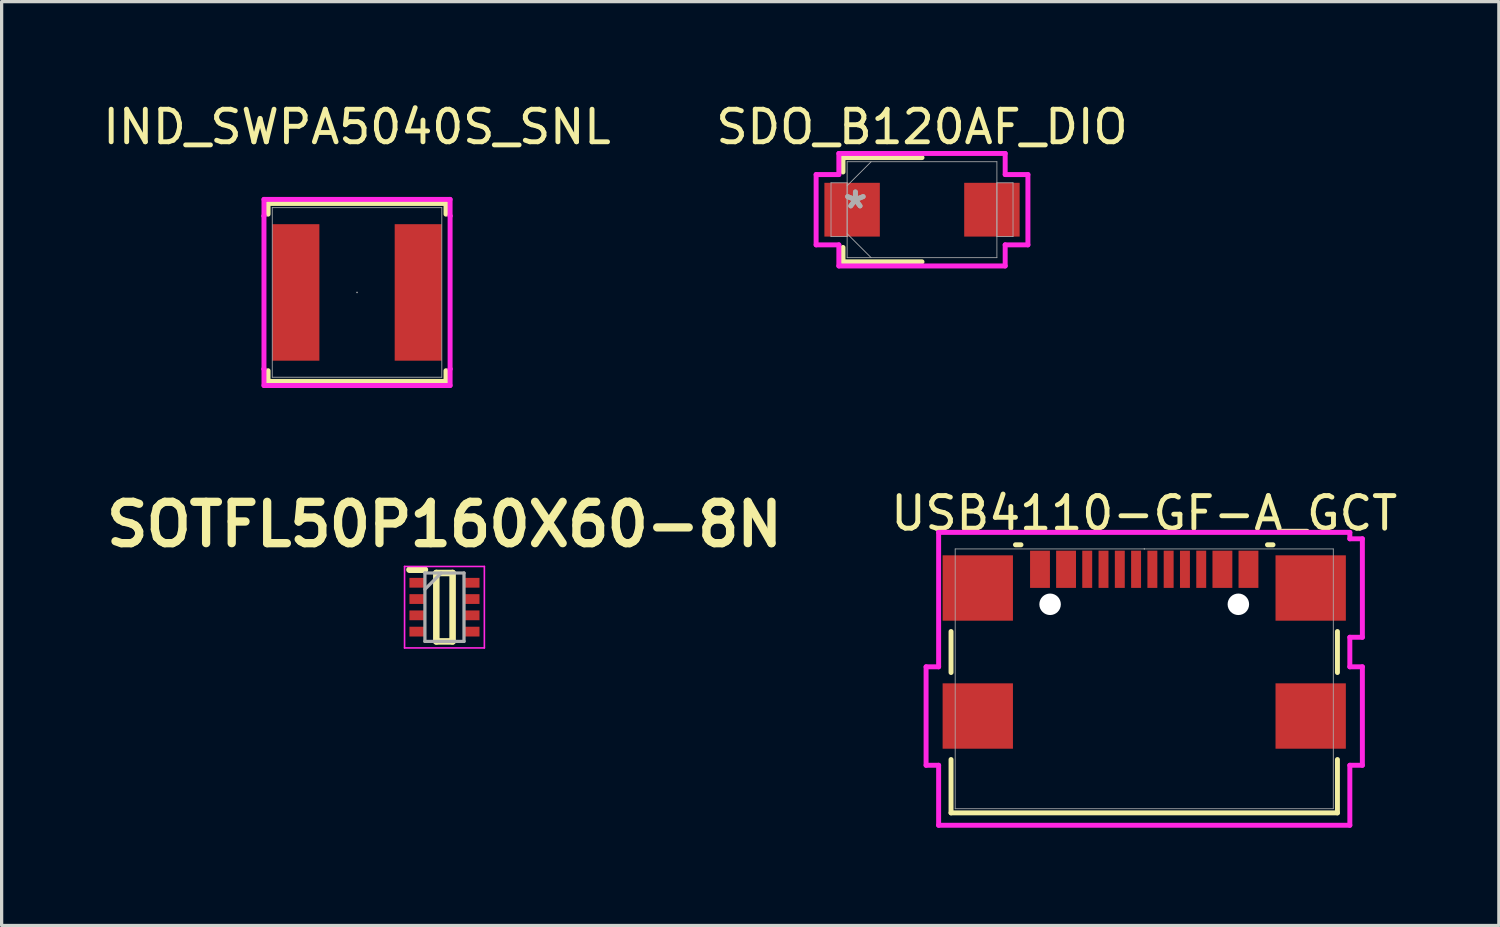
<source format=kicad_pcb>
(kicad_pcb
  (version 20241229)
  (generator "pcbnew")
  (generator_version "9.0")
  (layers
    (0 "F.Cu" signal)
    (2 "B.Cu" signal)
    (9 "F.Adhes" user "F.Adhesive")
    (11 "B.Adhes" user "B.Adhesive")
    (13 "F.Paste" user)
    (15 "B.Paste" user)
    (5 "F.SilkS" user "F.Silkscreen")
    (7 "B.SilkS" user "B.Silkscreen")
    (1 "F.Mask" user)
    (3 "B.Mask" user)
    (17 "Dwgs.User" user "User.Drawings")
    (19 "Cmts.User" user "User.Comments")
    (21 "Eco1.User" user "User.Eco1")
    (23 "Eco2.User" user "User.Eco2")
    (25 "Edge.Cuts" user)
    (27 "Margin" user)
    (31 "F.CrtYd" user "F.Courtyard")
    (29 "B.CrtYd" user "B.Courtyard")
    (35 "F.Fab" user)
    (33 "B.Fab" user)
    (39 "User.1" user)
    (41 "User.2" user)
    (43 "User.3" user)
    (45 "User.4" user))
  (footprint "USB4110-GF-A_GCT"
    (layer "F.Cu")
    (at 32.078 17.79)
    (property "Reference" "USB4110-GF-A_GCT" (at 0 -5.08 0) (unlocked yes) (layer "F.SilkS") (effects (font (size 1 1) (thickness 0.15))))
    (attr smd)
    (fp_line (start -5.931 -1.452) (end -5.931 -0.194) (stroke (width 0.152) (type solid)) (layer "F.SilkS"))
    (fp_line (start -5.931 2.478) (end -5.931 4.115) (stroke (width 0.152) (type solid)) (layer "F.SilkS"))
    (fp_line (start -5.931 4.115) (end 5.931 4.115) (stroke (width 0.152) (type solid)) (layer "F.SilkS"))
    (fp_line (start -3.784 -4.115) (end -3.953 -4.115) (stroke (width 0.152) (type solid)) (layer "F.SilkS"))
    (fp_line (start 3.953 -4.115) (end 3.784 -4.115) (stroke (width 0.152) (type solid)) (layer "F.SilkS"))
    (fp_line (start 5.931 -0.194) (end 5.931 -1.452) (stroke (width 0.152) (type solid)) (layer "F.SilkS"))
    (fp_line (start 5.931 4.115) (end 5.931 2.478) (stroke (width 0.152) (type solid)) (layer "F.SilkS"))
    (fp_line (start -6.697 -0.369) (end -6.697 2.654) (stroke (width 0.152) (type solid)) (layer "F.CrtYd"))
    (fp_line (start -6.697 2.654) (end -6.312 2.654) (stroke (width 0.152) (type solid)) (layer "F.CrtYd"))
    (fp_line (start -6.312 -4.496) (end -6.312 -0.369) (stroke (width 0.152) (type solid)) (layer "F.CrtYd"))
    (fp_line (start -6.312 -0.369) (end -6.697 -0.369) (stroke (width 0.152) (type solid)) (layer "F.CrtYd"))
    (fp_line (start -6.312 2.654) (end -6.312 4.496) (stroke (width 0.152) (type solid)) (layer "F.CrtYd"))
    (fp_line (start -6.312 4.496) (end 6.312 4.496) (stroke (width 0.152) (type solid)) (layer "F.CrtYd"))
    (fp_line (start 6.312 -4.496) (end -6.312 -4.496) (stroke (width 0.152) (type solid)) (layer "F.CrtYd"))
    (fp_line (start 6.312 -4.299) (end 6.312 -4.496) (stroke (width 0.152) (type solid)) (layer "F.CrtYd"))
    (fp_line (start 6.312 -1.276) (end 6.697 -1.276) (stroke (width 0.152) (type solid)) (layer "F.CrtYd"))
    (fp_line (start 6.312 -0.369) (end 6.312 -1.276) (stroke (width 0.152) (type solid)) (layer "F.CrtYd"))
    (fp_line (start 6.312 2.654) (end 6.697 2.654) (stroke (width 0.152) (type solid)) (layer "F.CrtYd"))
    (fp_line (start 6.312 4.496) (end 6.312 2.654) (stroke (width 0.152) (type solid)) (layer "F.CrtYd"))
    (fp_line (start 6.697 -4.299) (end 6.312 -4.299) (stroke (width 0.152) (type solid)) (layer "F.CrtYd"))
    (fp_line (start 6.697 -1.276) (end 6.697 -4.299) (stroke (width 0.152) (type solid)) (layer "F.CrtYd"))
    (fp_line (start 6.697 -0.369) (end 6.312 -0.369) (stroke (width 0.152) (type solid)) (layer "F.CrtYd"))
    (fp_line (start 6.697 2.654) (end 6.697 -0.369) (stroke (width 0.152) (type solid)) (layer "F.CrtYd"))
    (fp_line (start -5.804 -3.988) (end -5.804 3.988) (stroke (width 0.025) (type solid)) (layer "F.Fab"))
    (fp_line (start -5.804 3.988) (end 5.804 3.988) (stroke (width 0.025) (type solid)) (layer "F.Fab"))
    (fp_line (start 0 -3.988) (end 0 -3.988) (stroke (width 0.025) (type solid)) (layer "F.Fab"))
    (fp_line (start 0 -3.988) (end 0 -3.988) (stroke (width 0.025) (type solid)) (layer "F.Fab"))
    (fp_line (start 0 -3.988) (end 0 -3.988) (stroke (width 0.025) (type solid)) (layer "F.Fab"))
    (fp_line (start 0 -3.988) (end 0 -3.988) (stroke (width 0.025) (type solid)) (layer "F.Fab"))
    (fp_line (start 5.804 -3.988) (end -5.804 -3.988) (stroke (width 0.025) (type solid)) (layer "F.Fab"))
    (fp_line (start 5.804 3.988) (end 5.804 -3.988) (stroke (width 0.025) (type solid)) (layer "F.Fab"))
    (pad "" np_thru_hole circle (at -2.89 -2.288) (size 0.66 0.66) (drill 0.66) (layers "*.Cu" "*.Mask"))
    (pad "" np_thru_hole circle (at 2.89 -2.288) (size 0.66 0.66) (drill 0.66) (layers "*.Cu" "*.Mask"))
    (pad "15" smd rect (at -5.11 -2.788) (size 2.159 2.007) (layers "F.Cu" "F.Mask" "F.Paste"))
    (pad "16" smd rect (at 5.11 -2.788) (size 2.159 2.007) (layers "F.Cu" "F.Mask" "F.Paste"))
    (pad "17" smd rect (at -5.11 1.142) (size 2.159 2.007) (layers "F.Cu" "F.Mask" "F.Paste"))
    (pad "18" smd rect (at 5.11 1.142) (size 2.159 2.007) (layers "F.Cu" "F.Mask" "F.Paste"))
    (pad "A1-B12" smd rect (at -3.2 -3.363) (size 0.61 1.143) (layers "F.Cu" "F.Mask" "F.Paste"))
    (pad "A4-B9" smd rect (at -2.4 -3.363) (size 0.61 1.143) (layers "F.Cu" "F.Mask" "F.Paste"))
    (pad "A5" smd rect (at -1.25 -3.363) (size 0.305 1.143) (layers "F.Cu" "F.Mask" "F.Paste"))
    (pad "A6" smd rect (at -0.25 -3.363) (size 0.305 1.143) (layers "F.Cu" "F.Mask" "F.Paste"))
    (pad "A7" smd rect (at 0.25 -3.363) (size 0.305 1.143) (layers "F.Cu" "F.Mask" "F.Paste"))
    (pad "A8" smd rect (at 1.25 -3.363) (size 0.305 1.143) (layers "F.Cu" "F.Mask" "F.Paste"))
    (pad "A9-B4" smd rect (at 2.4 -3.363) (size 0.61 1.143) (layers "F.Cu" "F.Mask" "F.Paste"))
    (pad "A12-B1" smd rect (at 3.2 -3.363) (size 0.61 1.143) (layers "F.Cu" "F.Mask" "F.Paste"))
    (pad "B5" smd rect (at 1.75 -3.363) (size 0.305 1.143) (layers "F.Cu" "F.Mask" "F.Paste"))
    (pad "B6" smd rect (at 0.75 -3.363) (size 0.305 1.143) (layers "F.Cu" "F.Mask" "F.Paste"))
    (pad "B7" smd rect (at -0.75 -3.363) (size 0.305 1.143) (layers "F.Cu" "F.Mask" "F.Paste"))
    (pad "B8" smd rect (at -1.75 -3.363) (size 0.305 1.143) (layers "F.Cu" "F.Mask" "F.Paste")))
  (footprint "SDO_B120AF_DIO"
    (layer "F.Cu")
    (at 25.256 3.388)
    (property "Reference" "SDO_B120AF_DIO" (at 0 -2.54 0) (unlocked yes) (layer "F.SilkS") (effects (font (size 1 1) (thickness 0.15))))
    (attr smd)
    (fp_line (start -2.426 -1.6) (end -2.426 -1.158) (stroke (width 0.152) (type solid)) (layer "F.SilkS"))
    (fp_line (start -2.426 1.158) (end -2.426 1.6) (stroke (width 0.152) (type solid)) (layer "F.SilkS"))
    (fp_line (start -2.426 1.6) (end 0 1.6) (stroke (width 0.152) (type solid)) (layer "F.SilkS"))
    (fp_line (start 0 -1.6) (end -2.426 -1.6) (stroke (width 0.152) (type solid)) (layer "F.SilkS"))
    (fp_line (start -3.251 -1.079) (end -2.553 -1.079) (stroke (width 0.152) (type solid)) (layer "F.CrtYd"))
    (fp_line (start -3.251 1.079) (end -3.251 -1.079) (stroke (width 0.152) (type solid)) (layer "F.CrtYd"))
    (fp_line (start -2.553 -1.727) (end 2.553 -1.727) (stroke (width 0.152) (type solid)) (layer "F.CrtYd"))
    (fp_line (start -2.553 -1.079) (end -2.553 -1.727) (stroke (width 0.152) (type solid)) (layer "F.CrtYd"))
    (fp_line (start -2.553 1.079) (end -3.251 1.079) (stroke (width 0.152) (type solid)) (layer "F.CrtYd"))
    (fp_line (start -2.553 1.727) (end -2.553 1.079) (stroke (width 0.152) (type solid)) (layer "F.CrtYd"))
    (fp_line (start 2.553 -1.727) (end 2.553 -1.079) (stroke (width 0.152) (type solid)) (layer "F.CrtYd"))
    (fp_line (start 2.553 -1.079) (end 3.251 -1.079) (stroke (width 0.152) (type solid)) (layer "F.CrtYd"))
    (fp_line (start 2.553 1.079) (end 2.553 1.727) (stroke (width 0.152) (type solid)) (layer "F.CrtYd"))
    (fp_line (start 2.553 1.727) (end -2.553 1.727) (stroke (width 0.152) (type solid)) (layer "F.CrtYd"))
    (fp_line (start 3.251 -1.079) (end 3.251 1.079) (stroke (width 0.152) (type solid)) (layer "F.CrtYd"))
    (fp_line (start 3.251 1.079) (end 2.553 1.079) (stroke (width 0.152) (type solid)) (layer "F.CrtYd"))
    (fp_line (start -2.794 -0.826) (end -2.794 0.826) (stroke (width 0.025) (type solid)) (layer "F.Fab"))
    (fp_line (start -2.794 0.826) (end -2.299 0.826) (stroke (width 0.025) (type solid)) (layer "F.Fab"))
    (fp_line (start -2.299 -1.473) (end -2.299 1.473) (stroke (width 0.025) (type solid)) (layer "F.Fab"))
    (fp_line (start -2.299 -0.826) (end -2.794 -0.826) (stroke (width 0.025) (type solid)) (layer "F.Fab"))
    (fp_line (start -2.299 -0.737) (end -1.562 -1.473) (stroke (width 0.025) (type solid)) (layer "F.Fab"))
    (fp_line (start -2.299 0.737) (end -1.562 1.473) (stroke (width 0.025) (type solid)) (layer "F.Fab"))
    (fp_line (start -2.299 0.826) (end -2.299 -0.826) (stroke (width 0.025) (type solid)) (layer "F.Fab"))
    (fp_line (start -2.299 1.473) (end 2.299 1.473) (stroke (width 0.025) (type solid)) (layer "F.Fab"))
    (fp_line (start 2.299 -1.473) (end -2.299 -1.473) (stroke (width 0.025) (type solid)) (layer "F.Fab"))
    (fp_line (start 2.299 -0.826) (end 2.299 0.826) (stroke (width 0.025) (type solid)) (layer "F.Fab"))
    (fp_line (start 2.299 0.826) (end 2.794 0.826) (stroke (width 0.025) (type solid)) (layer "F.Fab"))
    (fp_line (start 2.299 1.473) (end 2.299 -1.473) (stroke (width 0.025) (type solid)) (layer "F.Fab"))
    (fp_line (start 2.794 -0.826) (end 2.299 -0.826) (stroke (width 0.025) (type solid)) (layer "F.Fab"))
    (fp_line (start 2.794 0.826) (end 2.794 -0.826) (stroke (width 0.025) (type solid)) (layer "F.Fab"))
    (fp_text user "*" (at -2.045 0 0) (layer "F.Fab") (effects (font (size 1 1) (thickness 0.15))))
    (fp_text user "*" (at -2.045 0 0) (unlocked yes) (layer "F.Fab") (effects (font (size 1 1) (thickness 0.15))))
    (pad "1" smd rect (at -2.146 0) (size 1.702 1.651) (layers "F.Cu" "F.Mask" "F.Paste"))
    (pad "2" smd rect (at 2.146 0) (size 1.702 1.651) (layers "F.Cu" "F.Mask" "F.Paste"))
    (zone (net_name "") (layer "F.Cu") (hatch full 0.508) (connect_pads) (min_thickness 0.254) (filled_areas_thickness no) (keepout (tracks not_allowed) (vias not_allowed) (pads allowed) (copperpour not_allowed) (footprints allowed)) (placement (enabled no)) (fill) (polygon (pts (xy 24.011 1.966) (xy 26.501 1.966) (xy 26.501 4.811) (xy 24.011 4.811)))))
  (footprint "IND_SWPA5040S_SNL"
    (layer "F.Cu")
    (at 7.911 5.928)
    (property "Reference" "IND_SWPA5040S_SNL" (at 0 -5.08 0) (unlocked yes) (layer "F.SilkS") (effects (font (size 1 1) (thickness 0.15))))
    (attr smd)
    (fp_line (start -2.731 -2.731) (end -2.731 -2.403) (stroke (width 0.152) (type solid)) (layer "F.SilkS"))
    (fp_line (start -2.731 2.403) (end -2.731 2.731) (stroke (width 0.152) (type solid)) (layer "F.SilkS"))
    (fp_line (start -2.731 2.731) (end 2.731 2.731) (stroke (width 0.152) (type solid)) (layer "F.SilkS"))
    (fp_line (start 2.731 -2.731) (end -2.731 -2.731) (stroke (width 0.152) (type solid)) (layer "F.SilkS"))
    (fp_line (start 2.731 -2.403) (end 2.731 -2.731) (stroke (width 0.152) (type solid)) (layer "F.SilkS"))
    (fp_line (start 2.731 2.731) (end 2.731 2.403) (stroke (width 0.152) (type solid)) (layer "F.SilkS"))
    (fp_line (start -2.857 -2.857) (end 2.857 -2.857) (stroke (width 0.152) (type solid)) (layer "F.CrtYd"))
    (fp_line (start -2.857 -2.349) (end -2.857 -2.857) (stroke (width 0.152) (type solid)) (layer "F.CrtYd"))
    (fp_line (start -2.857 -2.349) (end -2.857 -2.349) (stroke (width 0.152) (type solid)) (layer "F.CrtYd"))
    (fp_line (start -2.857 2.349) (end -2.857 -2.349) (stroke (width 0.152) (type solid)) (layer "F.CrtYd"))
    (fp_line (start -2.857 2.349) (end -2.857 2.349) (stroke (width 0.152) (type solid)) (layer "F.CrtYd"))
    (fp_line (start -2.857 2.857) (end -2.857 2.349) (stroke (width 0.152) (type solid)) (layer "F.CrtYd"))
    (fp_line (start 2.857 -2.857) (end 2.857 -2.349) (stroke (width 0.152) (type solid)) (layer "F.CrtYd"))
    (fp_line (start 2.857 -2.349) (end 2.857 -2.349) (stroke (width 0.152) (type solid)) (layer "F.CrtYd"))
    (fp_line (start 2.857 -2.349) (end 2.857 2.349) (stroke (width 0.152) (type solid)) (layer "F.CrtYd"))
    (fp_line (start 2.857 2.349) (end 2.857 2.349) (stroke (width 0.152) (type solid)) (layer "F.CrtYd"))
    (fp_line (start 2.857 2.349) (end 2.857 2.857) (stroke (width 0.152) (type solid)) (layer "F.CrtYd"))
    (fp_line (start 2.857 2.857) (end -2.857 2.857) (stroke (width 0.152) (type solid)) (layer "F.CrtYd"))
    (fp_line (start -2.603 -2.603) (end -2.603 2.603) (stroke (width 0.025) (type solid)) (layer "F.Fab"))
    (fp_line (start -2.603 2.603) (end 2.603 2.603) (stroke (width 0.025) (type solid)) (layer "F.Fab"))
    (fp_line (start 2.603 -2.603) (end -2.603 -2.603) (stroke (width 0.025) (type solid)) (layer "F.Fab"))
    (fp_line (start 2.603 2.603) (end 2.603 -2.603) (stroke (width 0.025) (type solid)) (layer "F.Fab"))
    (fp_circle (center 0 0) (end 0 0) (stroke (width 0.025) (type solid)) (fill no) (layer "F.Fab"))
    (pad "1" smd rect (at -1.88 0) (size 1.448 4.191) (layers "F.Cu" "F.Mask" "F.Paste"))
    (pad "2" smd rect (at 1.88 0) (size 1.448 4.191) (layers "F.Cu" "F.Mask" "F.Paste")))
  (footprint "SOTFL50P160X60-8N"
    (layer "F.Cu")
    (at 10.595 15.591)
    (property "Reference" "SOTFL50P160X60-8N" (at 0 -2.54 0) (layer "F.SilkS") (effects (font (size 1.27 1.27) (thickness 0.254))))
    (attr smd)
    (fp_line (start -1.075 -1.15) (end -0.6 -1.15) (stroke (width 0.2) (type solid)) (layer "F.SilkS"))
    (fp_line (start -0.25 -1.05) (end 0.25 -1.05) (stroke (width 0.2) (type solid)) (layer "F.SilkS"))
    (fp_line (start -0.25 1.05) (end -0.25 -1.05) (stroke (width 0.2) (type solid)) (layer "F.SilkS"))
    (fp_line (start 0.25 -1.05) (end 0.25 1.05) (stroke (width 0.2) (type solid)) (layer "F.SilkS"))
    (fp_line (start 0.25 1.05) (end -0.25 1.05) (stroke (width 0.2) (type solid)) (layer "F.SilkS"))
    (fp_line (start -1.225 -1.25) (end 1.225 -1.25) (stroke (width 0.05) (type solid)) (layer "F.CrtYd"))
    (fp_line (start -1.225 1.25) (end -1.225 -1.25) (stroke (width 0.05) (type solid)) (layer "F.CrtYd"))
    (fp_line (start 1.225 -1.25) (end 1.225 1.25) (stroke (width 0.05) (type solid)) (layer "F.CrtYd"))
    (fp_line (start 1.225 1.25) (end -1.225 1.25) (stroke (width 0.05) (type solid)) (layer "F.CrtYd"))
    (fp_line (start -0.6 -1.05) (end 0.6 -1.05) (stroke (width 0.1) (type solid)) (layer "F.Fab"))
    (fp_line (start -0.6 -0.55) (end -0.1 -1.05) (stroke (width 0.1) (type solid)) (layer "F.Fab"))
    (fp_line (start -0.6 1.05) (end -0.6 -1.05) (stroke (width 0.1) (type solid)) (layer "F.Fab"))
    (fp_line (start 0.6 -1.05) (end 0.6 1.05) (stroke (width 0.1) (type solid)) (layer "F.Fab"))
    (fp_line (start 0.6 1.05) (end -0.6 1.05) (stroke (width 0.1) (type solid)) (layer "F.Fab"))
    (pad "1" smd rect (at -0.838 -0.75 90) (size 0.3 0.475) (layers "F.Cu" "F.Mask" "F.Paste"))
    (pad "2" smd rect (at -0.838 -0.25 90) (size 0.3 0.475) (layers "F.Cu" "F.Mask" "F.Paste"))
    (pad "3" smd rect (at -0.838 0.25 90) (size 0.3 0.475) (layers "F.Cu" "F.Mask" "F.Paste"))
    (pad "4" smd rect (at -0.838 0.75 90) (size 0.3 0.475) (layers "F.Cu" "F.Mask" "F.Paste"))
    (pad "5" smd rect (at 0.838 0.75 90) (size 0.3 0.475) (layers "F.Cu" "F.Mask" "F.Paste"))
    (pad "6" smd rect (at 0.838 0.25 90) (size 0.3 0.475) (layers "F.Cu" "F.Mask" "F.Paste"))
    (pad "7" smd rect (at 0.838 -0.25 90) (size 0.3 0.475) (layers "F.Cu" "F.Mask" "F.Paste"))
    (pad "8" smd rect (at 0.838 -0.75 90) (size 0.3 0.475) (layers "F.Cu" "F.Mask" "F.Paste")))
  (gr_rect
    (start -3 -3)
    (end 42.965 25.362)
    (stroke (width 0.1) (type default))
    (fill no)
    (layer "Edge.Cuts")))
</source>
